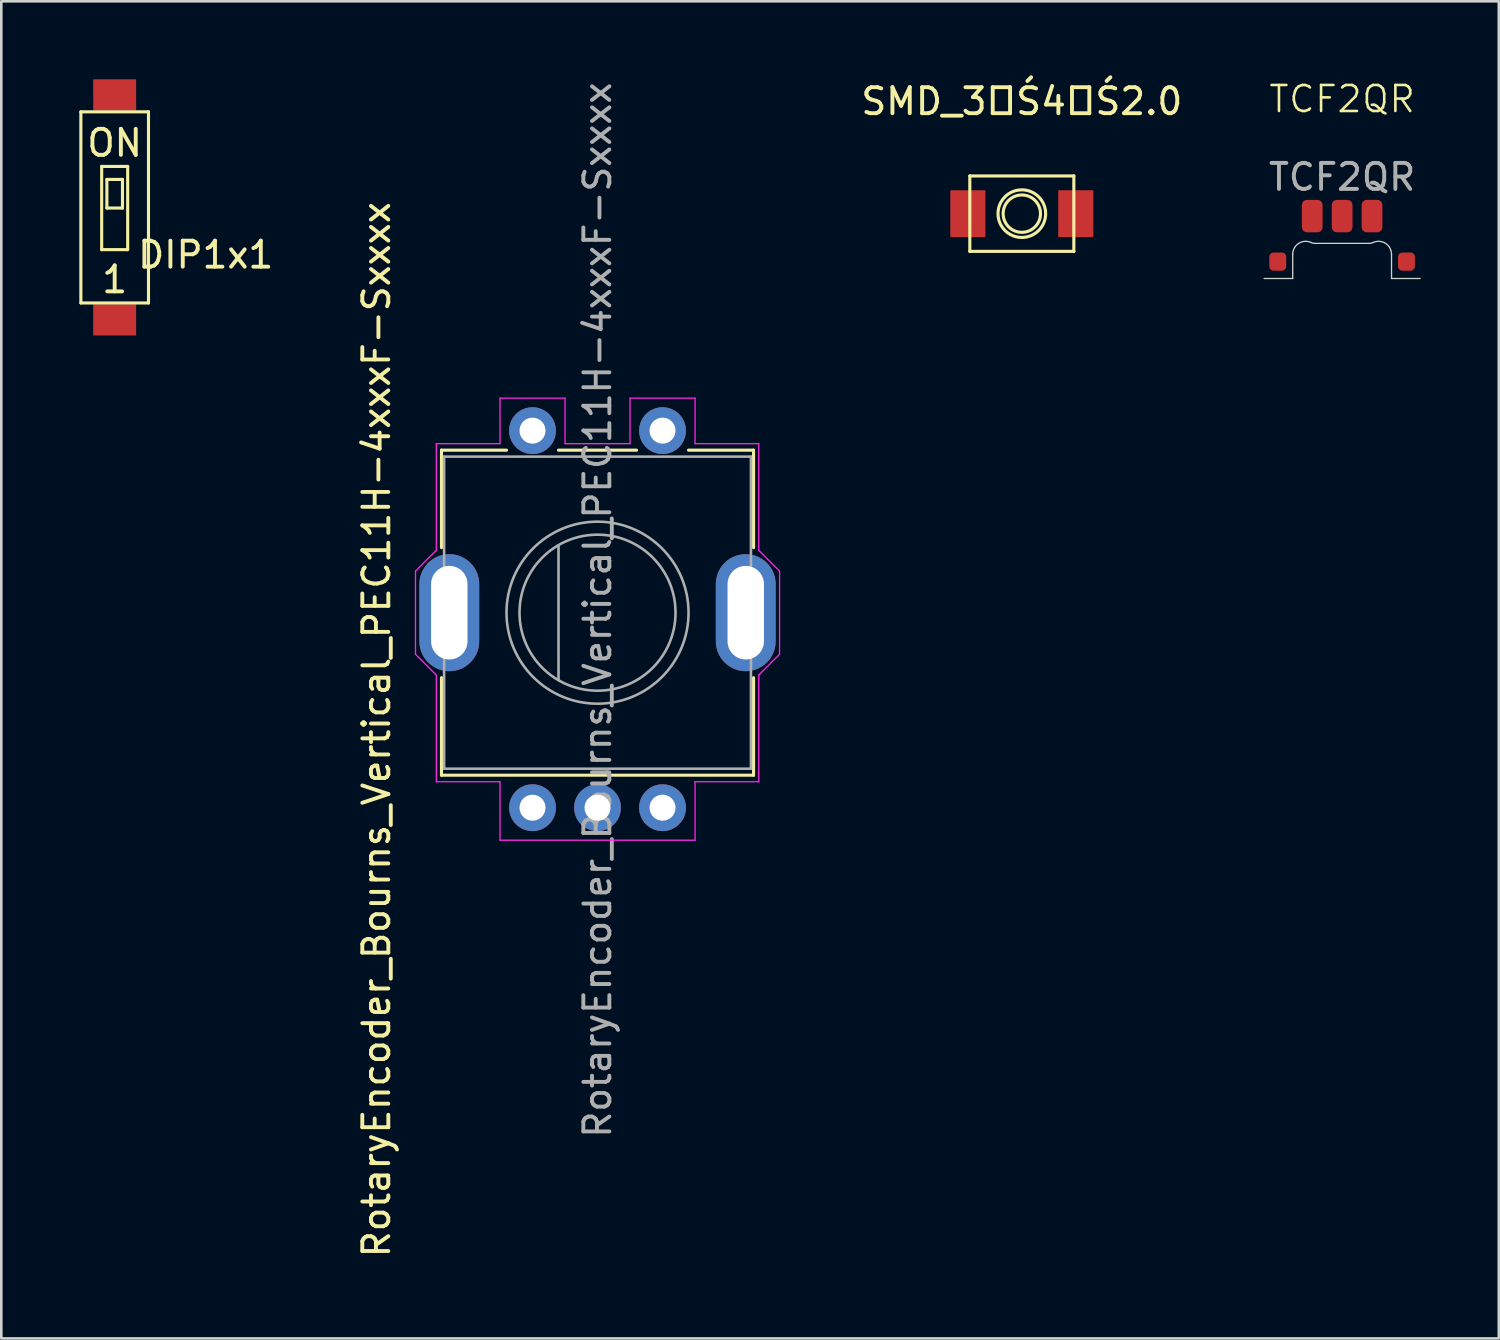
<source format=kicad_pcb>
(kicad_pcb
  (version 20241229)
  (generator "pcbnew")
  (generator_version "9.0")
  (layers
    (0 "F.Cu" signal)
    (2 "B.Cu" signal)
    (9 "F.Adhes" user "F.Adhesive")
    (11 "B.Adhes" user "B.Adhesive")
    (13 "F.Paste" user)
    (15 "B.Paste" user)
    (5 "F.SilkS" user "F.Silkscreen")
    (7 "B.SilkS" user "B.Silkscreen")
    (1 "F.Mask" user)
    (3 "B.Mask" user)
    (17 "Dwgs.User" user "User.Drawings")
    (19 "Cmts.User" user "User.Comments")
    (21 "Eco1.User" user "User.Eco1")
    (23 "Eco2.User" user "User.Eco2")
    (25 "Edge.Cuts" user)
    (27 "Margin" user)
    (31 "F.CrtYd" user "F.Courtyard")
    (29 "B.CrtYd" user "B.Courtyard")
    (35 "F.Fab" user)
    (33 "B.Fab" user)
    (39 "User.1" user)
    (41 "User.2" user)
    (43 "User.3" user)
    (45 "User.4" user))
  (footprint "DIP1x1"
    (layer "F.Cu")
    (at 1.36 4.95)
    (property "Reference" "DIP1x1" (at 3.5 1.8 0) (layer "F.SilkS") (effects (font (size 1 1) (thickness 0.15))))
    (attr smd)
    (fp_line (start -1.3 -3.7) (end -1.3 3.65) (stroke (width 0.12) (type solid)) (layer "F.SilkS"))
    (fp_line (start -1.3 -3.7) (end 1.3 -3.7) (stroke (width 0.12) (type solid)) (layer "F.SilkS"))
    (fp_line (start -0.5 -1.6) (end -0.5 1.6) (stroke (width 0.12) (type solid)) (layer "F.SilkS"))
    (fp_line (start -0.5 1.6) (end 0.5 1.6) (stroke (width 0.12) (type solid)) (layer "F.SilkS"))
    (fp_line (start -0.3 -1.1) (end 0.3 -1.1) (stroke (width 0.12) (type solid)) (layer "F.SilkS"))
    (fp_line (start -0.3 0) (end -0.3 -1.1) (stroke (width 0.12) (type solid)) (layer "F.SilkS"))
    (fp_line (start 0.3 -1.1) (end 0.3 0) (stroke (width 0.12) (type solid)) (layer "F.SilkS"))
    (fp_line (start 0.3 0) (end -0.3 0) (stroke (width 0.12) (type solid)) (layer "F.SilkS"))
    (fp_line (start 0.5 -1.6) (end -0.5 -1.6) (stroke (width 0.12) (type solid)) (layer "F.SilkS"))
    (fp_line (start 0.5 1.6) (end 0.5 -1.6) (stroke (width 0.12) (type solid)) (layer "F.SilkS"))
    (fp_line (start 1.3 -3.7) (end 1.3 3.65) (stroke (width 0.12) (type solid)) (layer "F.SilkS"))
    (fp_line (start 1.3 3.65) (end -1.3 3.65) (stroke (width 0.12) (type solid)) (layer "F.SilkS"))
    (fp_text user "1" (at 0 2.75 0) (layer "F.SilkS") (effects (font (size 1 1) (thickness 0.15))))
    (fp_text user "ON" (at 0 -2.5 0) (layer "F.SilkS") (effects (font (size 1 1) (thickness 0.15))))
    (pad "1" smd rect (at 0 4.3) (size 1.65 1.2) (layers "F.Cu" "F.Mask" "F.Paste"))
    (pad "2" smd rect (at 0 -4.35) (size 1.65 1.2) (layers "F.Cu" "F.Mask" "F.Paste")))
  (footprint "SMD_3├Ś4├Ś2.0"
    (layer "F.Cu")
    (at 36.245 5.166)
    (property "Reference" "SMD_3├Ś4├Ś2.0" (at 0 -4.318 0) (layer "F.SilkS") (effects (font (size 1 1) (thickness 0.15))))
    (attr through_hole)
    (fp_line (start -2 -1.45) (end -2 1.45) (stroke (width 0.12) (type solid)) (layer "F.SilkS"))
    (fp_line (start -2 1.45) (end 2 1.45) (stroke (width 0.12) (type solid)) (layer "F.SilkS"))
    (fp_line (start 2 -1.45) (end -2 -1.45) (stroke (width 0.12) (type solid)) (layer "F.SilkS"))
    (fp_line (start 2 1.45) (end 2 -1.45) (stroke (width 0.12) (type solid)) (layer "F.SilkS"))
    (fp_circle (center 0 0) (end 0.508 0.508) (stroke (width 0.12) (type solid)) (fill no) (layer "F.SilkS"))
    (fp_circle (center 0 0) (end 0.762 0.508) (stroke (width 0.12) (type solid)) (fill no) (layer "F.SilkS"))
    (pad "1" smd rect (at -2.075 0 90) (size 1.8 1.35) (layers "F.Cu" "F.Mask" "F.Paste"))
    (pad "2" smd rect (at 2.075 0 90) (size 1.8 1.35) (layers "F.Cu" "F.Mask" "F.Paste")))
  (footprint "TCF2QR"
    (layer "F.Cu")
    (at 48.562 7.66)
    (property "Reference" "TCF2QR" (at 0 -6.9 0) (unlocked yes) (layer "F.SilkS") (effects (font (size 1 1) (thickness 0.1))))
    (attr smd)
    (fp_line (start -1.9 0) (end -3 0) (stroke (width 0.05) (type default)) (layer "Edge.Cuts"))
    (fp_line (start -1.9 0) (end -1.9 -0.93) (stroke (width 0.05) (type default)) (layer "Edge.Cuts"))
    (fp_line (start -1.053 -1.351) (end 1.053 -1.351) (stroke (width 0.05) (type default)) (layer "Edge.Cuts"))
    (fp_line (start 1.9 0) (end 1.9 -0.93) (stroke (width 0.05) (type default)) (layer "Edge.Cuts"))
    (fp_line (start 1.9 0) (end 3 0) (stroke (width 0.05) (type default)) (layer "Edge.Cuts"))
    (fp_arc (start -1.9 -0.93) (mid -1.670349 -1.350608) (end -1.192354 -1.384844) (stroke (width 0.05) (type default)) (layer "Edge.Cuts"))
    (fp_arc (start -1.0533 -1.350595) (mid -1.124905 -1.359284) (end -1.192354 -1.384845) (stroke (width 0.05) (type default)) (layer "Edge.Cuts"))
    (fp_arc (start 1.192354 -1.384845) (mid 1.124905 -1.359284) (end 1.0533 -1.350595) (stroke (width 0.05) (type default)) (layer "Edge.Cuts"))
    (fp_arc (start 1.192354 -1.384844) (mid 1.670349 -1.350608) (end 1.9 -0.93) (stroke (width 0.05) (type default)) (layer "Edge.Cuts"))
    (fp_text user "${REFERENCE}" (at 0 -3.9 0) (unlocked yes) (layer "F.Fab") (effects (font (size 1 1) (thickness 0.15))))
    (pad "0" smd roundrect (at -2.475 -0.65) (size 0.65 0.7) (layers "F.Cu" "F.Mask" "F.Paste") (roundrect_rratio 0.25))
    (pad "0" smd roundrect (at 2.475 -0.65) (size 0.65 0.7) (layers "F.Cu" "F.Mask" "F.Paste") (roundrect_rratio 0.25))
    (pad "1" smd roundrect (at -1.15 -2.4) (size 0.8 1.25) (layers "F.Cu" "F.Mask" "F.Paste") (roundrect_rratio 0.25))
    (pad "1" smd roundrect (at 1.15 -2.4) (size 0.8 1.25) (layers "F.Cu" "F.Mask" "F.Paste") (roundrect_rratio 0.25))
    (pad "2" smd roundrect (at 0 -2.4) (size 0.8 1.25) (layers "F.Cu" "F.Mask" "F.Paste") (roundrect_rratio 0.25)))
  (footprint "RotaryEncoder_Bourns_Vertical_PEC11H-4xxxF-Sxxxx"
    (layer "F.Cu")
    (at 19.928 20.511)
    (property "Reference" "RotaryEncoder_Bourns_Vertical_PEC11H-4xxxF-Sxxxx" (at -8.5 4.5 270) (layer "F.SilkS") (effects (font (size 1 1) (thickness 0.15))))
    (attr through_hole)
    (fp_line (start -6 -6.25) (end -3.5 -6.25) (stroke (width 0.12) (type solid)) (layer "F.SilkS"))
    (fp_line (start -6 -2.5) (end -6 -6.25) (stroke (width 0.12) (type solid)) (layer "F.SilkS"))
    (fp_line (start -6 6.25) (end -6 2.5) (stroke (width 0.12) (type solid)) (layer "F.SilkS"))
    (fp_line (start -6 6.25) (end 6 6.25) (stroke (width 0.12) (type solid)) (layer "F.SilkS"))
    (fp_line (start -1.5 -6.25) (end 1.5 -6.25) (stroke (width 0.12) (type solid)) (layer "F.SilkS"))
    (fp_line (start 3.5 -6.25) (end 6 -6.25) (stroke (width 0.12) (type solid)) (layer "F.SilkS"))
    (fp_line (start 6 -6.25) (end 6 -2.5) (stroke (width 0.12) (type solid)) (layer "F.SilkS"))
    (fp_line (start 6 2.5) (end 6 6.25) (stroke (width 0.12) (type solid)) (layer "F.SilkS"))
    (fp_line (start -7 1.6) (end -7 -1.6) (stroke (width 0.05) (type solid)) (layer "F.CrtYd"))
    (fp_line (start -6.2 -6.5) (end -3.75 -6.5) (stroke (width 0.05) (type solid)) (layer "F.CrtYd"))
    (fp_line (start -6.2 -2.4) (end -7 -1.6) (stroke (width 0.05) (type solid)) (layer "F.CrtYd"))
    (fp_line (start -6.2 -2.4) (end -6.2 -6.5) (stroke (width 0.05) (type solid)) (layer "F.CrtYd"))
    (fp_line (start -6.2 2.4) (end -7 1.6) (stroke (width 0.05) (type solid)) (layer "F.CrtYd"))
    (fp_line (start -6.2 6.5) (end -6.2 2.4) (stroke (width 0.05) (type solid)) (layer "F.CrtYd"))
    (fp_line (start -3.75 -8.25) (end -1.25 -8.25) (stroke (width 0.05) (type default)) (layer "F.CrtYd"))
    (fp_line (start -3.75 -6.5) (end -3.75 -8.25) (stroke (width 0.05) (type default)) (layer "F.CrtYd"))
    (fp_line (start -3.75 6.5) (end -6.2 6.5) (stroke (width 0.05) (type solid)) (layer "F.CrtYd"))
    (fp_line (start -3.75 8.75) (end -3.75 6.5) (stroke (width 0.05) (type solid)) (layer "F.CrtYd"))
    (fp_line (start -1.25 -8.25) (end -1.25 -6.5) (stroke (width 0.05) (type default)) (layer "F.CrtYd"))
    (fp_line (start -1.25 -6.5) (end 1.25 -6.5) (stroke (width 0.05) (type solid)) (layer "F.CrtYd"))
    (fp_line (start 1.25 -8.25) (end 3.75 -8.25) (stroke (width 0.05) (type default)) (layer "F.CrtYd"))
    (fp_line (start 1.25 -6.5) (end 1.25 -8.25) (stroke (width 0.05) (type default)) (layer "F.CrtYd"))
    (fp_line (start 3.75 -8.25) (end 3.75 -6.5) (stroke (width 0.05) (type default)) (layer "F.CrtYd"))
    (fp_line (start 3.75 -6.5) (end 6.2 -6.5) (stroke (width 0.05) (type solid)) (layer "F.CrtYd"))
    (fp_line (start 3.75 6.5) (end 3.75 8.75) (stroke (width 0.05) (type solid)) (layer "F.CrtYd"))
    (fp_line (start 3.75 8.75) (end -3.75 8.75) (stroke (width 0.05) (type solid)) (layer "F.CrtYd"))
    (fp_line (start 6.2 -6.5) (end 6.2 -2.4) (stroke (width 0.05) (type solid)) (layer "F.CrtYd"))
    (fp_line (start 6.2 -2.4) (end 7 -1.6) (stroke (width 0.05) (type solid)) (layer "F.CrtYd"))
    (fp_line (start 6.2 2.4) (end 6.2 6.5) (stroke (width 0.05) (type solid)) (layer "F.CrtYd"))
    (fp_line (start 6.2 2.4) (end 7 1.6) (stroke (width 0.05) (type solid)) (layer "F.CrtYd"))
    (fp_line (start 6.2 6.5) (end 3.75 6.5) (stroke (width 0.05) (type solid)) (layer "F.CrtYd"))
    (fp_line (start 7 -1.6) (end 7 1.6) (stroke (width 0.05) (type solid)) (layer "F.CrtYd"))
    (fp_line (start -5.9 -6) (end -5.9 6) (stroke (width 0.1) (type solid)) (layer "F.Fab"))
    (fp_line (start -5.9 6) (end 5.9 6) (stroke (width 0.1) (type solid)) (layer "F.Fab"))
    (fp_line (start -1.5 2.59) (end -1.5 -2.59) (stroke (width 0.1) (type default)) (layer "F.Fab"))
    (fp_line (start 5.9 -6) (end -5.9 -6) (stroke (width 0.1) (type solid)) (layer "F.Fab"))
    (fp_line (start 5.9 6) (end 5.9 -6) (stroke (width 0.1) (type solid)) (layer "F.Fab"))
    (fp_circle (center 0 0) (end 0 -3) (stroke (width 0.1) (type solid)) (fill no) (layer "F.Fab"))
    (fp_circle (center 0 0) (end 3.5 0) (stroke (width 0.1) (type default)) (fill no) (layer "F.Fab"))
    (fp_text user "${REFERENCE}" (at 0 -0.1 270) (layer "F.Fab") (effects (font (size 1 1) (thickness 0.15))))
    (pad "A" thru_hole circle (at -2.5 7.5) (size 1.8 1.8) (drill 1) (layers "*.Cu" "*.Mask"))
    (pad "B" thru_hole circle (at 2.5 7.5 90) (size 1.8 1.8) (drill 1) (layers "*.Cu" "*.Mask"))
    (pad "C" thru_hole circle (at 0 7.5 90) (size 1.8 1.8) (drill 1) (layers "*.Cu" "*.Mask"))
    (pad "S1" thru_hole circle (at -2.5 -7 90) (size 1.8 1.8) (drill 1) (layers "*.Cu" "*.Mask"))
    (pad "S2" thru_hole circle (at 2.5 -7 90) (size 1.8 1.8) (drill 1) (layers "*.Cu" "*.Mask"))
    (pad "SH1" thru_hole oval (at -5.7 0 90) (size 4.5 2.3) (drill oval 3.6 1.4) (layers "*.Cu" "*.Mask"))
    (pad "SH2" thru_hole oval (at 5.7 0 90) (size 4.5 2.3) (drill oval 3.6 1.4) (layers "*.Cu" "*.Mask")))
  (gr_rect
    (start -3 -3)
    (end 54.587 48.421)
    (stroke (width 0.1) (type default))
    (fill no)
    (layer "Edge.Cuts")))
</source>
